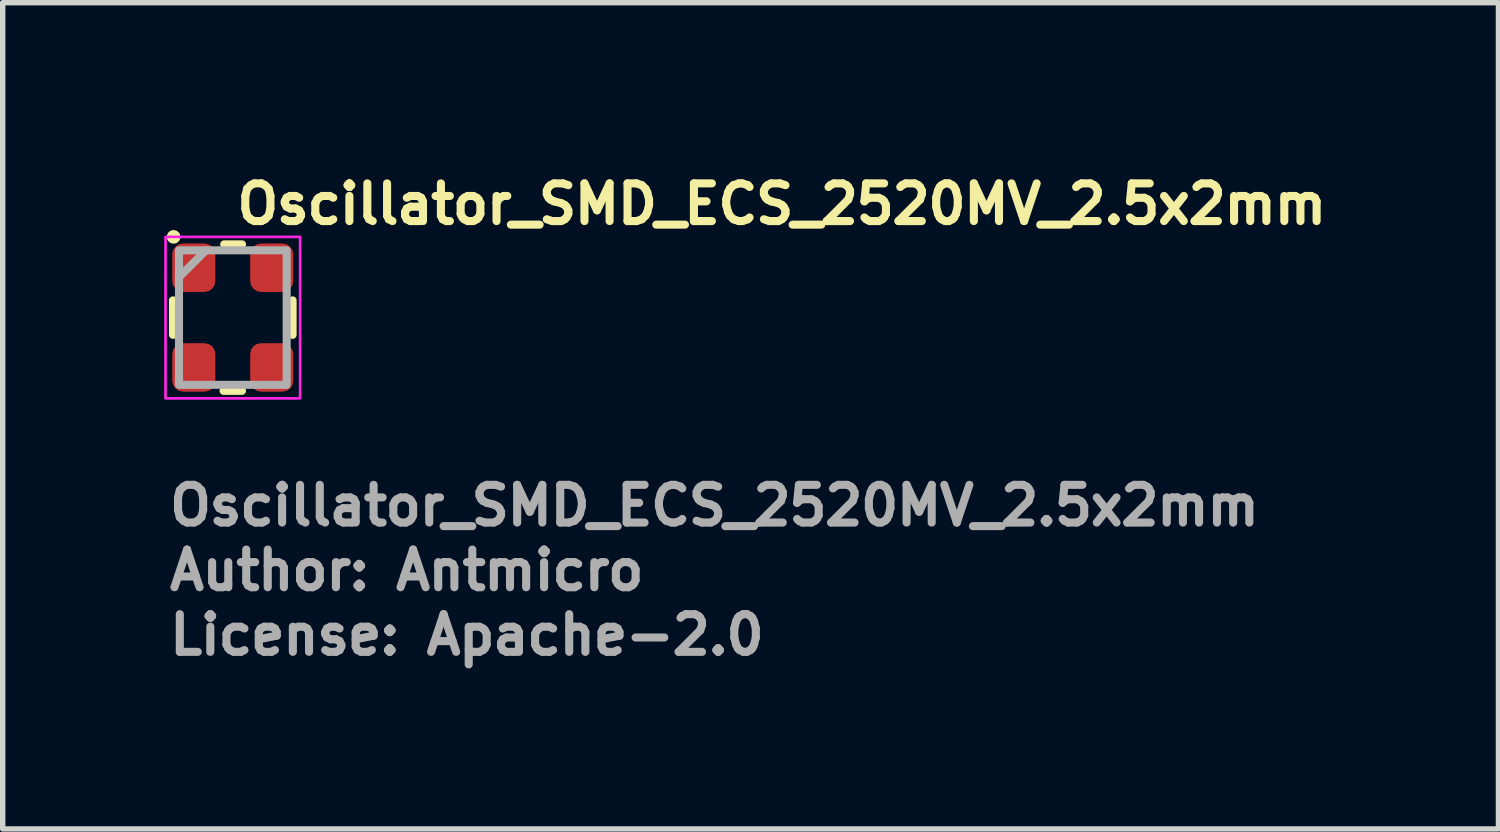
<source format=kicad_pcb>
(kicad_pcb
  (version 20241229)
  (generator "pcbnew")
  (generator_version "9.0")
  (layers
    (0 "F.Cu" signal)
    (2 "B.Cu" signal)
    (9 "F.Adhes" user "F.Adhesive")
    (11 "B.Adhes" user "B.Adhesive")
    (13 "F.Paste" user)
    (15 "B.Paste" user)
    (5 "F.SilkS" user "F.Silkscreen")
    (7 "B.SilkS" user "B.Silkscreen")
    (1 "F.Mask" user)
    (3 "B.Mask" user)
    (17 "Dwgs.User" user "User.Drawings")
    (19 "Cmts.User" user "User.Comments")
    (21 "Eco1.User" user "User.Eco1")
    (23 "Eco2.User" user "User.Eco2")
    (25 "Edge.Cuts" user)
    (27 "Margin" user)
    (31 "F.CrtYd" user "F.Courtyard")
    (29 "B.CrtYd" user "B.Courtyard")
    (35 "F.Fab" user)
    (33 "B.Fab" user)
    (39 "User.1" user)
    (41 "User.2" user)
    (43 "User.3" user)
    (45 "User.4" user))
  (footprint "Oscillator_SMD_ECS_2520MV_2.5x2mm"
    (layer "F.Cu")
    (at 1.275 2.85)
    (property "Reference" "Oscillator_SMD_ECS_2520MV_2.5x2mm" (at 0 -1.7 0) (layer "F.SilkS") (effects (font (size 0.7 0.7) (thickness 0.15)) (justify left bottom)))
    (attr smd)
    (fp_line (start -1.111 0.32) (end -1.111 -0.32) (stroke (width 0.15) (type solid)) (layer "F.SilkS"))
    (fp_line (start -0.172 1.36) (end 0.17 1.36) (stroke (width 0.15) (type solid)) (layer "F.SilkS"))
    (fp_line (start -0.16 -1.361) (end 0.17 -1.361) (stroke (width 0.15) (type solid)) (layer "F.SilkS"))
    (fp_line (start 1.11 0.32) (end 1.11 -0.32) (stroke (width 0.15) (type solid)) (layer "F.SilkS"))
    (fp_circle (center -1.1 -1.5) (end -1.049 -1.5) (stroke (width 0.15) (type solid)) (fill yes) (layer "F.SilkS"))
    (fp_rect (start -1.25 -1.5) (end 1.25 1.5) (stroke (width 0.05) (type solid)) (fill no) (layer "F.CrtYd"))
    (fp_line (start -1 -0.75) (end -0.5 -1.25) (stroke (width 0.15) (type solid)) (layer "F.Fab"))
    (fp_rect (start 1 1.249) (end -1 -1.25) (stroke (width 0.15) (type solid)) (fill no) (layer "F.Fab"))
    (fp_rect (start -1 -1.25) (end 0.998 1.249) (stroke (width 0.1) (type solid)) (fill no) (layer "User.5"))
    (fp_line (start -1 -1.151) (end -1 -0.202) (stroke (width 0.02) (type solid)) (layer "User.9"))
    (fp_line (start -1 -1.151) (end -0.996 -1.151) (stroke (width 0.02) (type solid)) (layer "User.9"))
    (fp_line (start -1 0.2) (end -1 1.148) (stroke (width 0.02) (type solid)) (layer "User.9"))
    (fp_line (start -1 0.2) (end -0.951 0.2) (stroke (width 0.02) (type solid)) (layer "User.9"))
    (fp_line (start -0.996 -1.151) (end -0.991 -1.151) (stroke (width 0.02) (type solid)) (layer "User.9"))
    (fp_line (start -0.996 1.15) (end -1 1.148) (stroke (width 0.02) (type solid)) (layer "User.9"))
    (fp_line (start -0.991 -1.151) (end -0.986 -1.153) (stroke (width 0.02) (type solid)) (layer "User.9"))
    (fp_line (start -0.991 1.15) (end -0.996 1.15) (stroke (width 0.02) (type solid)) (layer "User.9"))
    (fp_line (start -0.986 -1.153) (end -0.981 -1.153) (stroke (width 0.02) (type solid)) (layer "User.9"))
    (fp_line (start -0.986 1.15) (end -0.991 1.15) (stroke (width 0.02) (type solid)) (layer "User.9"))
    (fp_line (start -0.981 -1.153) (end -0.976 -1.154) (stroke (width 0.02) (type solid)) (layer "User.9"))
    (fp_line (start -0.981 1.15) (end -0.986 1.15) (stroke (width 0.02) (type solid)) (layer "User.9"))
    (fp_line (start -0.976 -1.154) (end -0.971 -1.156) (stroke (width 0.02) (type solid)) (layer "User.9"))
    (fp_line (start -0.976 1.153) (end -0.981 1.15) (stroke (width 0.02) (type solid)) (layer "User.9"))
    (fp_line (start -0.971 -1.156) (end -0.967 -1.156) (stroke (width 0.02) (type solid)) (layer "User.9"))
    (fp_line (start -0.971 1.153) (end -0.976 1.153) (stroke (width 0.02) (type solid)) (layer "User.9"))
    (fp_line (start -0.967 -1.156) (end -0.962 -1.158) (stroke (width 0.02) (type solid)) (layer "User.9"))
    (fp_line (start -0.967 1.155) (end -0.971 1.153) (stroke (width 0.02) (type solid)) (layer "User.9"))
    (fp_line (start -0.962 -1.158) (end -0.959 -1.16) (stroke (width 0.02) (type solid)) (layer "User.9"))
    (fp_line (start -0.962 1.157) (end -0.967 1.155) (stroke (width 0.02) (type solid)) (layer "User.9"))
    (fp_line (start -0.959 -1.16) (end -0.954 -1.162) (stroke (width 0.02) (type solid)) (layer "User.9"))
    (fp_line (start -0.959 1.159) (end -0.962 1.157) (stroke (width 0.02) (type solid)) (layer "User.9"))
    (fp_line (start -0.954 -1.162) (end -0.95 -1.166) (stroke (width 0.02) (type solid)) (layer "User.9"))
    (fp_line (start -0.954 1.161) (end -0.959 1.159) (stroke (width 0.02) (type solid)) (layer "User.9"))
    (fp_line (start -0.951 -1.065) (end -0.95 -1.073) (stroke (width 0.02) (type solid)) (layer "User.9"))
    (fp_line (start -0.951 -1.059) (end -0.951 -1.065) (stroke (width 0.02) (type solid)) (layer "User.9"))
    (fp_line (start -0.951 -1.051) (end -0.951 -1.059) (stroke (width 0.02) (type solid)) (layer "User.9"))
    (fp_line (start -0.951 -0.202) (end -1 -0.202) (stroke (width 0.02) (type solid)) (layer "User.9"))
    (fp_line (start -0.951 1.05) (end -0.951 -1.051) (stroke (width 0.02) (type solid)) (layer "User.9"))
    (fp_line (start -0.951 1.056) (end -0.951 1.05) (stroke (width 0.02) (type solid)) (layer "User.9"))
    (fp_line (start -0.951 1.064) (end -0.951 1.056) (stroke (width 0.02) (type solid)) (layer "User.9"))
    (fp_line (start -0.95 -1.166) (end -0.946 -1.168) (stroke (width 0.02) (type solid)) (layer "User.9"))
    (fp_line (start -0.95 -1.073) (end -0.949 -1.081) (stroke (width 0.02) (type solid)) (layer "User.9"))
    (fp_line (start -0.95 1.072) (end -0.951 1.064) (stroke (width 0.02) (type solid)) (layer "User.9"))
    (fp_line (start -0.95 1.163) (end -0.954 1.161) (stroke (width 0.02) (type solid)) (layer "User.9"))
    (fp_line (start -0.949 -1.081) (end -0.947 -1.087) (stroke (width 0.02) (type solid)) (layer "User.9"))
    (fp_line (start -0.949 1.078) (end -0.95 1.072) (stroke (width 0.02) (type solid)) (layer "User.9"))
    (fp_line (start -0.947 -1.087) (end -0.945 -1.095) (stroke (width 0.02) (type solid)) (layer "User.9"))
    (fp_line (start -0.947 1.086) (end -0.949 1.078) (stroke (width 0.02) (type solid)) (layer "User.9"))
    (fp_line (start -0.946 -1.168) (end -0.942 -1.17) (stroke (width 0.02) (type solid)) (layer "User.9"))
    (fp_line (start -0.946 1.165) (end -0.95 1.163) (stroke (width 0.02) (type solid)) (layer "User.9"))
    (fp_line (start -0.945 -1.095) (end -0.943 -1.101) (stroke (width 0.02) (type solid)) (layer "User.9"))
    (fp_line (start -0.945 1.092) (end -0.947 1.086) (stroke (width 0.02) (type solid)) (layer "User.9"))
    (fp_line (start -0.943 -1.101) (end -0.94 -1.109) (stroke (width 0.02) (type solid)) (layer "User.9"))
    (fp_line (start -0.943 1.1) (end -0.945 1.092) (stroke (width 0.02) (type solid)) (layer "User.9"))
    (fp_line (start -0.942 -1.17) (end -0.938 -1.174) (stroke (width 0.02) (type solid)) (layer "User.9"))
    (fp_line (start -0.942 1.169) (end -0.946 1.165) (stroke (width 0.02) (type solid)) (layer "User.9"))
    (fp_line (start -0.94 -1.109) (end -0.937 -1.115) (stroke (width 0.02) (type solid)) (layer "User.9"))
    (fp_line (start -0.94 1.106) (end -0.943 1.1) (stroke (width 0.02) (type solid)) (layer "User.9"))
    (fp_line (start -0.938 -1.174) (end -0.934 -1.176) (stroke (width 0.02) (type solid)) (layer "User.9"))
    (fp_line (start -0.938 1.171) (end -0.942 1.169) (stroke (width 0.02) (type solid)) (layer "User.9"))
    (fp_line (start -0.937 -1.115) (end -0.934 -1.121) (stroke (width 0.02) (type solid)) (layer "User.9"))
    (fp_line (start -0.937 1.114) (end -0.94 1.106) (stroke (width 0.02) (type solid)) (layer "User.9"))
    (fp_line (start -0.934 -1.176) (end -0.931 -1.18) (stroke (width 0.02) (type solid)) (layer "User.9"))
    (fp_line (start -0.934 -1.121) (end -0.93 -1.129) (stroke (width 0.02) (type solid)) (layer "User.9"))
    (fp_line (start -0.934 1.12) (end -0.937 1.114) (stroke (width 0.02) (type solid)) (layer "User.9"))
    (fp_line (start -0.934 1.175) (end -0.938 1.171) (stroke (width 0.02) (type solid)) (layer "User.9"))
    (fp_line (start -0.931 -1.18) (end -0.931 -1.18) (stroke (width 0.02) (type solid)) (layer "User.9"))
    (fp_line (start -0.931 -1.18) (end -0.927 -1.184) (stroke (width 0.02) (type solid)) (layer "User.9"))
    (fp_line (start -0.931 1.179) (end -0.934 1.175) (stroke (width 0.02) (type solid)) (layer "User.9"))
    (fp_line (start -0.931 1.179) (end -0.931 1.179) (stroke (width 0.02) (type solid)) (layer "User.9"))
    (fp_line (start -0.93 -1.129) (end -0.926 -1.135) (stroke (width 0.02) (type solid)) (layer "User.9"))
    (fp_line (start -0.93 1.126) (end -0.934 1.12) (stroke (width 0.02) (type solid)) (layer "User.9"))
    (fp_line (start -0.927 -1.184) (end -0.924 -1.188) (stroke (width 0.02) (type solid)) (layer "User.9"))
    (fp_line (start -0.927 1.181) (end -0.931 1.179) (stroke (width 0.02) (type solid)) (layer "User.9"))
    (fp_line (start -0.926 -1.135) (end -0.922 -1.141) (stroke (width 0.02) (type solid)) (layer "User.9"))
    (fp_line (start -0.926 1.132) (end -0.93 1.126) (stroke (width 0.02) (type solid)) (layer "User.9"))
    (fp_line (start -0.924 -1.188) (end -0.921 -1.192) (stroke (width 0.02) (type solid)) (layer "User.9"))
    (fp_line (start -0.924 1.185) (end -0.927 1.181) (stroke (width 0.02) (type solid)) (layer "User.9"))
    (fp_line (start -0.922 -1.141) (end -0.918 -1.147) (stroke (width 0.02) (type solid)) (layer "User.9"))
    (fp_line (start -0.922 1.138) (end -0.926 1.132) (stroke (width 0.02) (type solid)) (layer "User.9"))
    (fp_line (start -0.921 -1.192) (end -0.918 -1.196) (stroke (width 0.02) (type solid)) (layer "User.9"))
    (fp_line (start -0.921 1.189) (end -0.924 1.185) (stroke (width 0.02) (type solid)) (layer "User.9"))
    (fp_line (start -0.918 -1.196) (end -0.916 -1.2) (stroke (width 0.02) (type solid)) (layer "User.9"))
    (fp_line (start -0.918 -1.147) (end -0.913 -1.151) (stroke (width 0.02) (type solid)) (layer "User.9"))
    (fp_line (start -0.918 1.144) (end -0.922 1.138) (stroke (width 0.02) (type solid)) (layer "User.9"))
    (fp_line (start -0.918 1.193) (end -0.921 1.189) (stroke (width 0.02) (type solid)) (layer "User.9"))
    (fp_line (start -0.916 -1.2) (end -0.913 -1.204) (stroke (width 0.02) (type solid)) (layer "User.9"))
    (fp_line (start -0.916 1.197) (end -0.918 1.193) (stroke (width 0.02) (type solid)) (layer "User.9"))
    (fp_line (start -0.913 -1.204) (end -0.911 -1.208) (stroke (width 0.02) (type solid)) (layer "User.9"))
    (fp_line (start -0.913 -1.151) (end -0.908 -1.158) (stroke (width 0.02) (type solid)) (layer "User.9"))
    (fp_line (start -0.913 1.15) (end -0.918 1.144) (stroke (width 0.02) (type solid)) (layer "User.9"))
    (fp_line (start -0.913 1.201) (end -0.916 1.197) (stroke (width 0.02) (type solid)) (layer "User.9"))
    (fp_line (start -0.911 -1.208) (end -0.909 -1.212) (stroke (width 0.02) (type solid)) (layer "User.9"))
    (fp_line (start -0.911 1.207) (end -0.913 1.201) (stroke (width 0.02) (type solid)) (layer "User.9"))
    (fp_line (start -0.909 -1.212) (end -0.907 -1.218) (stroke (width 0.02) (type solid)) (layer "User.9"))
    (fp_line (start -0.909 1.211) (end -0.911 1.207) (stroke (width 0.02) (type solid)) (layer "User.9"))
    (fp_line (start -0.908 -1.158) (end -0.908 -1.158) (stroke (width 0.02) (type solid)) (layer "User.9"))
    (fp_line (start -0.908 -1.158) (end -0.902 -1.162) (stroke (width 0.02) (type solid)) (layer "User.9"))
    (fp_line (start -0.908 1.155) (end -0.913 1.15) (stroke (width 0.02) (type solid)) (layer "User.9"))
    (fp_line (start -0.908 1.155) (end -0.908 1.155) (stroke (width 0.02) (type solid)) (layer "User.9"))
    (fp_line (start -0.907 -1.218) (end -0.906 -1.222) (stroke (width 0.02) (type solid)) (layer "User.9"))
    (fp_line (start -0.907 1.215) (end -0.909 1.211) (stroke (width 0.02) (type solid)) (layer "User.9"))
    (fp_line (start -0.906 -1.222) (end -0.905 -1.226) (stroke (width 0.02) (type solid)) (layer "User.9"))
    (fp_line (start -0.906 1.219) (end -0.907 1.215) (stroke (width 0.02) (type solid)) (layer "User.9"))
    (fp_line (start -0.905 -1.226) (end -0.903 -1.232) (stroke (width 0.02) (type solid)) (layer "User.9"))
    (fp_line (start -0.905 1.225) (end -0.906 1.219) (stroke (width 0.02) (type solid)) (layer "User.9"))
    (fp_line (start -0.903 -1.236) (end -0.902 -1.242) (stroke (width 0.02) (type solid)) (layer "User.9"))
    (fp_line (start -0.903 -1.232) (end -0.903 -1.236) (stroke (width 0.02) (type solid)) (layer "User.9"))
    (fp_line (start -0.903 1.229) (end -0.905 1.225) (stroke (width 0.02) (type solid)) (layer "User.9"))
    (fp_line (start -0.903 1.235) (end -0.903 1.229) (stroke (width 0.02) (type solid)) (layer "User.9"))
    (fp_line (start -0.902 -1.246) (end -0.902 -1.25) (stroke (width 0.02) (type solid)) (layer "User.9"))
    (fp_line (start -0.902 -1.242) (end -0.902 -1.246) (stroke (width 0.02) (type solid)) (layer "User.9"))
    (fp_line (start -0.902 -1.162) (end -0.896 -1.168) (stroke (width 0.02) (type solid)) (layer "User.9"))
    (fp_line (start -0.902 -1.051) (end -0.902 1.05) (stroke (width 0.02) (type solid)) (layer "User.9"))
    (fp_line (start -0.902 1.05) (end -0.901 1.054) (stroke (width 0.02) (type solid)) (layer "User.9"))
    (fp_line (start -0.902 1.161) (end -0.908 1.155) (stroke (width 0.02) (type solid)) (layer "User.9"))
    (fp_line (start -0.902 1.239) (end -0.903 1.235) (stroke (width 0.02) (type solid)) (layer "User.9"))
    (fp_line (start -0.902 1.245) (end -0.902 1.239) (stroke (width 0.02) (type solid)) (layer "User.9"))
    (fp_line (start -0.902 1.249) (end -0.902 1.245) (stroke (width 0.02) (type solid)) (layer "User.9"))
    (fp_line (start -0.902 1.249) (end 0.9 1.249) (stroke (width 0.02) (type solid)) (layer "User.9"))
    (fp_line (start -0.901 -1.061) (end -0.901 -1.057) (stroke (width 0.02) (type solid)) (layer "User.9"))
    (fp_line (start -0.901 -1.057) (end -0.902 -1.051) (stroke (width 0.02) (type solid)) (layer "User.9"))
    (fp_line (start -0.901 1.054) (end -0.901 1.06) (stroke (width 0.02) (type solid)) (layer "User.9"))
    (fp_line (start -0.901 1.06) (end -0.9 1.064) (stroke (width 0.02) (type solid)) (layer "User.9"))
    (fp_line (start -0.9 -1.067) (end -0.901 -1.061) (stroke (width 0.02) (type solid)) (layer "User.9"))
    (fp_line (start -0.9 1.064) (end -0.899 1.07) (stroke (width 0.02) (type solid)) (layer "User.9"))
    (fp_line (start -0.899 -1.071) (end -0.9 -1.067) (stroke (width 0.02) (type solid)) (layer "User.9"))
    (fp_line (start -0.899 1.07) (end -0.898 1.074) (stroke (width 0.02) (type solid)) (layer "User.9"))
    (fp_line (start -0.898 -1.075) (end -0.899 -1.071) (stroke (width 0.02) (type solid)) (layer "User.9"))
    (fp_line (start -0.898 1.074) (end -0.896 1.078) (stroke (width 0.02) (type solid)) (layer "User.9"))
    (fp_line (start -0.896 -1.168) (end -0.89 -1.172) (stroke (width 0.02) (type solid)) (layer "User.9"))
    (fp_line (start -0.896 -1.081) (end -0.898 -1.075) (stroke (width 0.02) (type solid)) (layer "User.9"))
    (fp_line (start -0.896 1.078) (end -0.894 1.084) (stroke (width 0.02) (type solid)) (layer "User.9"))
    (fp_line (start -0.896 1.165) (end -0.902 1.161) (stroke (width 0.02) (type solid)) (layer "User.9"))
    (fp_line (start -0.894 -1.085) (end -0.896 -1.081) (stroke (width 0.02) (type solid)) (layer "User.9"))
    (fp_line (start -0.894 1.084) (end -0.893 1.088) (stroke (width 0.02) (type solid)) (layer "User.9"))
    (fp_line (start -0.893 -1.089) (end -0.894 -1.085) (stroke (width 0.02) (type solid)) (layer "User.9"))
    (fp_line (start -0.893 1.088) (end -0.891 1.092) (stroke (width 0.02) (type solid)) (layer "User.9"))
    (fp_line (start -0.891 -1.095) (end -0.893 -1.089) (stroke (width 0.02) (type solid)) (layer "User.9"))
    (fp_line (start -0.891 1.092) (end -0.888 1.096) (stroke (width 0.02) (type solid)) (layer "User.9"))
    (fp_line (start -0.89 -1.172) (end -0.884 -1.176) (stroke (width 0.02) (type solid)) (layer "User.9"))
    (fp_line (start -0.89 1.169) (end -0.896 1.165) (stroke (width 0.02) (type solid)) (layer "User.9"))
    (fp_line (start -0.888 -1.099) (end -0.891 -1.095) (stroke (width 0.02) (type solid)) (layer "User.9"))
    (fp_line (start -0.888 1.096) (end -0.886 1.1) (stroke (width 0.02) (type solid)) (layer "User.9"))
    (fp_line (start -0.886 -1.103) (end -0.888 -1.099) (stroke (width 0.02) (type solid)) (layer "User.9"))
    (fp_line (start -0.886 1.1) (end -0.883 1.104) (stroke (width 0.02) (type solid)) (layer "User.9"))
    (fp_line (start -0.884 -1.176) (end -0.878 -1.18) (stroke (width 0.02) (type solid)) (layer "User.9"))
    (fp_line (start -0.884 1.173) (end -0.89 1.169) (stroke (width 0.02) (type solid)) (layer "User.9"))
    (fp_line (start -0.883 -1.107) (end -0.886 -1.103) (stroke (width 0.02) (type solid)) (layer "User.9"))
    (fp_line (start -0.883 1.104) (end -0.881 1.108) (stroke (width 0.02) (type solid)) (layer "User.9"))
    (fp_line (start -0.881 -1.111) (end -0.883 -1.107) (stroke (width 0.02) (type solid)) (layer "User.9"))
    (fp_line (start -0.881 1.108) (end -0.878 1.112) (stroke (width 0.02) (type solid)) (layer "User.9"))
    (fp_line (start -0.878 -1.18) (end -0.871 -1.184) (stroke (width 0.02) (type solid)) (layer "User.9"))
    (fp_line (start -0.878 -1.115) (end -0.881 -1.111) (stroke (width 0.02) (type solid)) (layer "User.9"))
    (fp_line (start -0.878 1.112) (end -0.875 1.116) (stroke (width 0.02) (type solid)) (layer "User.9"))
    (fp_line (start -0.878 1.177) (end -0.884 1.173) (stroke (width 0.02) (type solid)) (layer "User.9"))
    (fp_line (start -0.875 -1.119) (end -0.878 -1.115) (stroke (width 0.02) (type solid)) (layer "User.9"))
    (fp_line (start -0.875 1.116) (end -0.871 1.12) (stroke (width 0.02) (type solid)) (layer "User.9"))
    (fp_line (start -0.871 -1.184) (end -0.865 -1.186) (stroke (width 0.02) (type solid)) (layer "User.9"))
    (fp_line (start -0.871 -1.121) (end -0.875 -1.119) (stroke (width 0.02) (type solid)) (layer "User.9"))
    (fp_line (start -0.871 1.12) (end -0.868 1.124) (stroke (width 0.02) (type solid)) (layer "User.9"))
    (fp_line (start -0.871 1.181) (end -0.878 1.177) (stroke (width 0.02) (type solid)) (layer "User.9"))
    (fp_line (start -0.868 -1.125) (end -0.871 -1.121) (stroke (width 0.02) (type solid)) (layer "User.9"))
    (fp_line (start -0.868 1.124) (end -0.864 1.126) (stroke (width 0.02) (type solid)) (layer "User.9"))
    (fp_line (start -0.865 -1.186) (end -0.858 -1.19) (stroke (width 0.02) (type solid)) (layer "User.9"))
    (fp_line (start -0.865 1.185) (end -0.871 1.181) (stroke (width 0.02) (type solid)) (layer "User.9"))
    (fp_line (start -0.864 -1.129) (end -0.868 -1.125) (stroke (width 0.02) (type solid)) (layer "User.9"))
    (fp_line (start -0.864 1.126) (end -0.86 1.13) (stroke (width 0.02) (type solid)) (layer "User.9"))
    (fp_line (start -0.86 -1.131) (end -0.864 -1.129) (stroke (width 0.02) (type solid)) (layer "User.9"))
    (fp_line (start -0.86 1.13) (end -0.856 1.132) (stroke (width 0.02) (type solid)) (layer "User.9"))
    (fp_line (start -0.858 -1.19) (end -0.851 -1.192) (stroke (width 0.02) (type solid)) (layer "User.9"))
    (fp_line (start -0.858 1.187) (end -0.865 1.185) (stroke (width 0.02) (type solid)) (layer "User.9"))
    (fp_line (start -0.856 -1.133) (end -0.86 -1.131) (stroke (width 0.02) (type solid)) (layer "User.9"))
    (fp_line (start -0.856 1.132) (end -0.852 1.134) (stroke (width 0.02) (type solid)) (layer "User.9"))
    (fp_line (start -0.852 -1.137) (end -0.856 -1.133) (stroke (width 0.02) (type solid)) (layer "User.9"))
    (fp_line (start -0.852 1.134) (end -0.848 1.136) (stroke (width 0.02) (type solid)) (layer "User.9"))
    (fp_line (start -0.851 -1.192) (end -0.844 -1.194) (stroke (width 0.02) (type solid)) (layer "User.9"))
    (fp_line (start -0.851 1.191) (end -0.858 1.187) (stroke (width 0.02) (type solid)) (layer "User.9"))
    (fp_line (start -0.848 -1.139) (end -0.852 -1.137) (stroke (width 0.02) (type solid)) (layer "User.9"))
    (fp_line (start -0.848 1.136) (end -0.844 1.14) (stroke (width 0.02) (type solid)) (layer "User.9"))
    (fp_line (start -0.844 -1.194) (end -0.837 -1.196) (stroke (width 0.02) (type solid)) (layer "User.9"))
    (fp_line (start -0.844 -1.141) (end -0.848 -1.139) (stroke (width 0.02) (type solid)) (layer "User.9"))
    (fp_line (start -0.844 1.14) (end -0.839 1.142) (stroke (width 0.02) (type solid)) (layer "User.9"))
    (fp_line (start -0.844 1.193) (end -0.851 1.191) (stroke (width 0.02) (type solid)) (layer "User.9"))
    (fp_line (start -0.839 -1.143) (end -0.844 -1.141) (stroke (width 0.02) (type solid)) (layer "User.9"))
    (fp_line (start -0.839 1.142) (end -0.835 1.142) (stroke (width 0.02) (type solid)) (layer "User.9"))
    (fp_line (start -0.837 -1.196) (end -0.831 -1.198) (stroke (width 0.02) (type solid)) (layer "User.9"))
    (fp_line (start -0.837 1.195) (end -0.844 1.193) (stroke (width 0.02) (type solid)) (layer "User.9"))
    (fp_line (start -0.835 -1.145) (end -0.839 -1.143) (stroke (width 0.02) (type solid)) (layer "User.9"))
    (fp_line (start -0.835 1.142) (end -0.831 1.144) (stroke (width 0.02) (type solid)) (layer "User.9"))
    (fp_line (start -0.831 -1.198) (end -0.824 -1.2) (stroke (width 0.02) (type solid)) (layer "User.9"))
    (fp_line (start -0.831 -1.147) (end -0.835 -1.145) (stroke (width 0.02) (type solid)) (layer "User.9"))
    (fp_line (start -0.831 1.144) (end -0.826 1.146) (stroke (width 0.02) (type solid)) (layer "User.9"))
    (fp_line (start -0.831 1.197) (end -0.837 1.195) (stroke (width 0.02) (type solid)) (layer "User.9"))
    (fp_line (start -0.826 -1.147) (end -0.831 -1.147) (stroke (width 0.02) (type solid)) (layer "User.9"))
    (fp_line (start -0.826 1.146) (end -0.822 1.146) (stroke (width 0.02) (type solid)) (layer "User.9"))
    (fp_line (start -0.824 -1.2) (end -0.816 -1.2) (stroke (width 0.02) (type solid)) (layer "User.9"))
    (fp_line (start -0.824 1.197) (end -0.831 1.197) (stroke (width 0.02) (type solid)) (layer "User.9"))
    (fp_line (start -0.822 -1.149) (end -0.826 -1.147) (stroke (width 0.02) (type solid)) (layer "User.9"))
    (fp_line (start -0.822 1.146) (end -0.817 1.148) (stroke (width 0.02) (type solid)) (layer "User.9"))
    (fp_line (start -0.817 -1.149) (end -0.822 -1.149) (stroke (width 0.02) (type solid)) (layer "User.9"))
    (fp_line (start -0.817 1.148) (end -0.812 1.148) (stroke (width 0.02) (type solid)) (layer "User.9"))
    (fp_line (start -0.816 -1.2) (end -0.809 -1.2) (stroke (width 0.02) (type solid)) (layer "User.9"))
    (fp_line (start -0.816 1.199) (end -0.824 1.197) (stroke (width 0.02) (type solid)) (layer "User.9"))
    (fp_line (start -0.812 -1.151) (end -0.817 -1.149) (stroke (width 0.02) (type solid)) (layer "User.9"))
    (fp_line (start -0.812 1.148) (end -0.807 1.148) (stroke (width 0.02) (type solid)) (layer "User.9"))
    (fp_line (start -0.809 -1.2) (end -0.802 -1.2) (stroke (width 0.02) (type solid)) (layer "User.9"))
    (fp_line (start -0.809 1.199) (end -0.816 1.199) (stroke (width 0.02) (type solid)) (layer "User.9"))
    (fp_line (start -0.807 -1.151) (end -0.812 -1.151) (stroke (width 0.02) (type solid)) (layer "User.9"))
    (fp_line (start -0.807 1.148) (end -0.802 1.148) (stroke (width 0.02) (type solid)) (layer "User.9"))
    (fp_line (start -0.802 -1.2) (end 0.8 -1.2) (stroke (width 0.02) (type solid)) (layer "User.9"))
    (fp_line (start -0.802 -1.151) (end -0.807 -1.151) (stroke (width 0.02) (type solid)) (layer "User.9"))
    (fp_line (start -0.802 1.148) (end 0.8 1.148) (stroke (width 0.02) (type solid)) (layer "User.9"))
    (fp_line (start -0.802 1.199) (end -0.809 1.199) (stroke (width 0.02) (type solid)) (layer "User.9"))
    (fp_line (start 0.8 -1.2) (end 0.807 -1.2) (stroke (width 0.02) (type solid)) (layer "User.9"))
    (fp_line (start 0.8 -1.151) (end -0.802 -1.151) (stroke (width 0.02) (type solid)) (layer "User.9"))
    (fp_line (start 0.8 1.148) (end 0.805 1.148) (stroke (width 0.02) (type solid)) (layer "User.9"))
    (fp_line (start 0.8 1.199) (end -0.802 1.199) (stroke (width 0.02) (type solid)) (layer "User.9"))
    (fp_line (start 0.805 -1.151) (end 0.8 -1.151) (stroke (width 0.02) (type solid)) (layer "User.9"))
    (fp_line (start 0.805 1.148) (end 0.81 1.148) (stroke (width 0.02) (type solid)) (layer "User.9"))
    (fp_line (start 0.807 -1.2) (end 0.814 -1.2) (stroke (width 0.02) (type solid)) (layer "User.9"))
    (fp_line (start 0.807 1.199) (end 0.8 1.199) (stroke (width 0.02) (type solid)) (layer "User.9"))
    (fp_line (start 0.81 -1.151) (end 0.805 -1.151) (stroke (width 0.02) (type solid)) (layer "User.9"))
    (fp_line (start 0.81 1.148) (end 0.815 1.148) (stroke (width 0.02) (type solid)) (layer "User.9"))
    (fp_line (start 0.814 -1.2) (end 0.822 -1.2) (stroke (width 0.02) (type solid)) (layer "User.9"))
    (fp_line (start 0.814 1.199) (end 0.807 1.199) (stroke (width 0.02) (type solid)) (layer "User.9"))
    (fp_line (start 0.815 -1.149) (end 0.81 -1.151) (stroke (width 0.02) (type solid)) (layer "User.9"))
    (fp_line (start 0.815 1.148) (end 0.82 1.146) (stroke (width 0.02) (type solid)) (layer "User.9"))
    (fp_line (start 0.82 -1.149) (end 0.815 -1.149) (stroke (width 0.02) (type solid)) (layer "User.9"))
    (fp_line (start 0.82 1.146) (end 0.824 1.146) (stroke (width 0.02) (type solid)) (layer "User.9"))
    (fp_line (start 0.822 -1.2) (end 0.829 -1.198) (stroke (width 0.02) (type solid)) (layer "User.9"))
    (fp_line (start 0.822 1.197) (end 0.814 1.199) (stroke (width 0.02) (type solid)) (layer "User.9"))
    (fp_line (start 0.824 -1.147) (end 0.82 -1.149) (stroke (width 0.02) (type solid)) (layer "User.9"))
    (fp_line (start 0.824 1.146) (end 0.829 1.144) (stroke (width 0.02) (type solid)) (layer "User.9"))
    (fp_line (start 0.829 -1.198) (end 0.835 -1.196) (stroke (width 0.02) (type solid)) (layer "User.9"))
    (fp_line (start 0.829 -1.147) (end 0.824 -1.147) (stroke (width 0.02) (type solid)) (layer "User.9"))
    (fp_line (start 0.829 1.144) (end 0.833 1.142) (stroke (width 0.02) (type solid)) (layer "User.9"))
    (fp_line (start 0.829 1.197) (end 0.822 1.197) (stroke (width 0.02) (type solid)) (layer "User.9"))
    (fp_line (start 0.833 -1.145) (end 0.829 -1.147) (stroke (width 0.02) (type solid)) (layer "User.9"))
    (fp_line (start 0.833 1.142) (end 0.837 1.142) (stroke (width 0.02) (type solid)) (layer "User.9"))
    (fp_line (start 0.835 -1.196) (end 0.842 -1.194) (stroke (width 0.02) (type solid)) (layer "User.9"))
    (fp_line (start 0.835 1.195) (end 0.829 1.197) (stroke (width 0.02) (type solid)) (layer "User.9"))
    (fp_line (start 0.837 -1.143) (end 0.833 -1.145) (stroke (width 0.02) (type solid)) (layer "User.9"))
    (fp_line (start 0.837 1.142) (end 0.842 1.14) (stroke (width 0.02) (type solid)) (layer "User.9"))
    (fp_line (start 0.842 -1.194) (end 0.849 -1.192) (stroke (width 0.02) (type solid)) (layer "User.9"))
    (fp_line (start 0.842 -1.141) (end 0.837 -1.143) (stroke (width 0.02) (type solid)) (layer "User.9"))
    (fp_line (start 0.842 1.14) (end 0.846 1.136) (stroke (width 0.02) (type solid)) (layer "User.9"))
    (fp_line (start 0.842 1.193) (end 0.835 1.195) (stroke (width 0.02) (type solid)) (layer "User.9"))
    (fp_line (start 0.846 -1.139) (end 0.842 -1.141) (stroke (width 0.02) (type solid)) (layer "User.9"))
    (fp_line (start 0.846 1.136) (end 0.85 1.134) (stroke (width 0.02) (type solid)) (layer "User.9"))
    (fp_line (start 0.849 -1.192) (end 0.856 -1.19) (stroke (width 0.02) (type solid)) (layer "User.9"))
    (fp_line (start 0.849 1.191) (end 0.842 1.193) (stroke (width 0.02) (type solid)) (layer "User.9"))
    (fp_line (start 0.85 -1.137) (end 0.846 -1.139) (stroke (width 0.02) (type solid)) (layer "User.9"))
    (fp_line (start 0.85 1.134) (end 0.854 1.132) (stroke (width 0.02) (type solid)) (layer "User.9"))
    (fp_line (start 0.854 -1.133) (end 0.85 -1.137) (stroke (width 0.02) (type solid)) (layer "User.9"))
    (fp_line (start 0.854 1.132) (end 0.858 1.13) (stroke (width 0.02) (type solid)) (layer "User.9"))
    (fp_line (start 0.856 -1.19) (end 0.863 -1.186) (stroke (width 0.02) (type solid)) (layer "User.9"))
    (fp_line (start 0.856 1.187) (end 0.849 1.191) (stroke (width 0.02) (type solid)) (layer "User.9"))
    (fp_line (start 0.858 -1.131) (end 0.854 -1.133) (stroke (width 0.02) (type solid)) (layer "User.9"))
    (fp_line (start 0.858 1.13) (end 0.862 1.126) (stroke (width 0.02) (type solid)) (layer "User.9"))
    (fp_line (start 0.862 -1.129) (end 0.858 -1.131) (stroke (width 0.02) (type solid)) (layer "User.9"))
    (fp_line (start 0.862 1.126) (end 0.866 1.124) (stroke (width 0.02) (type solid)) (layer "User.9"))
    (fp_line (start 0.863 -1.186) (end 0.869 -1.184) (stroke (width 0.02) (type solid)) (layer "User.9"))
    (fp_line (start 0.863 1.185) (end 0.856 1.187) (stroke (width 0.02) (type solid)) (layer "User.9"))
    (fp_line (start 0.866 -1.125) (end 0.862 -1.129) (stroke (width 0.02) (type solid)) (layer "User.9"))
    (fp_line (start 0.866 1.124) (end 0.869 1.12) (stroke (width 0.02) (type solid)) (layer "User.9"))
    (fp_line (start 0.869 -1.184) (end 0.876 -1.18) (stroke (width 0.02) (type solid)) (layer "User.9"))
    (fp_line (start 0.869 -1.121) (end 0.866 -1.125) (stroke (width 0.02) (type solid)) (layer "User.9"))
    (fp_line (start 0.869 1.12) (end 0.873 1.116) (stroke (width 0.02) (type solid)) (layer "User.9"))
    (fp_line (start 0.869 1.181) (end 0.863 1.185) (stroke (width 0.02) (type solid)) (layer "User.9"))
    (fp_line (start 0.873 -1.119) (end 0.869 -1.121) (stroke (width 0.02) (type solid)) (layer "User.9"))
    (fp_line (start 0.873 1.116) (end 0.876 1.112) (stroke (width 0.02) (type solid)) (layer "User.9"))
    (fp_line (start 0.876 -1.18) (end 0.882 -1.176) (stroke (width 0.02) (type solid)) (layer "User.9"))
    (fp_line (start 0.876 -1.115) (end 0.873 -1.119) (stroke (width 0.02) (type solid)) (layer "User.9"))
    (fp_line (start 0.876 1.112) (end 0.879 1.108) (stroke (width 0.02) (type solid)) (layer "User.9"))
    (fp_line (start 0.876 1.177) (end 0.869 1.181) (stroke (width 0.02) (type solid)) (layer "User.9"))
    (fp_line (start 0.879 -1.111) (end 0.876 -1.115) (stroke (width 0.02) (type solid)) (layer "User.9"))
    (fp_line (start 0.879 1.108) (end 0.881 1.104) (stroke (width 0.02) (type solid)) (layer "User.9"))
    (fp_line (start 0.881 -1.107) (end 0.879 -1.111) (stroke (width 0.02) (type solid)) (layer "User.9"))
    (fp_line (start 0.881 1.104) (end 0.884 1.1) (stroke (width 0.02) (type solid)) (layer "User.9"))
    (fp_line (start 0.882 -1.176) (end 0.888 -1.172) (stroke (width 0.02) (type solid)) (layer "User.9"))
    (fp_line (start 0.882 1.173) (end 0.876 1.177) (stroke (width 0.02) (type solid)) (layer "User.9"))
    (fp_line (start 0.884 -1.103) (end 0.881 -1.107) (stroke (width 0.02) (type solid)) (layer "User.9"))
    (fp_line (start 0.884 1.1) (end 0.886 1.096) (stroke (width 0.02) (type solid)) (layer "User.9"))
    (fp_line (start 0.886 -1.099) (end 0.884 -1.103) (stroke (width 0.02) (type solid)) (layer "User.9"))
    (fp_line (start 0.886 1.096) (end 0.889 1.092) (stroke (width 0.02) (type solid)) (layer "User.9"))
    (fp_line (start 0.888 -1.172) (end 0.894 -1.168) (stroke (width 0.02) (type solid)) (layer "User.9"))
    (fp_line (start 0.888 1.169) (end 0.882 1.173) (stroke (width 0.02) (type solid)) (layer "User.9"))
    (fp_line (start 0.889 -1.095) (end 0.886 -1.099) (stroke (width 0.02) (type solid)) (layer "User.9"))
    (fp_line (start 0.889 1.092) (end 0.891 1.088) (stroke (width 0.02) (type solid)) (layer "User.9"))
    (fp_line (start 0.891 -1.089) (end 0.889 -1.095) (stroke (width 0.02) (type solid)) (layer "User.9"))
    (fp_line (start 0.891 1.088) (end 0.892 1.084) (stroke (width 0.02) (type solid)) (layer "User.9"))
    (fp_line (start 0.892 -1.085) (end 0.891 -1.089) (stroke (width 0.02) (type solid)) (layer "User.9"))
    (fp_line (start 0.892 1.084) (end 0.894 1.078) (stroke (width 0.02) (type solid)) (layer "User.9"))
    (fp_line (start 0.894 -1.168) (end 0.9 -1.162) (stroke (width 0.02) (type solid)) (layer "User.9"))
    (fp_line (start 0.894 -1.081) (end 0.892 -1.085) (stroke (width 0.02) (type solid)) (layer "User.9"))
    (fp_line (start 0.894 1.078) (end 0.896 1.074) (stroke (width 0.02) (type solid)) (layer "User.9"))
    (fp_line (start 0.894 1.165) (end 0.888 1.169) (stroke (width 0.02) (type solid)) (layer "User.9"))
    (fp_line (start 0.896 -1.075) (end 0.894 -1.081) (stroke (width 0.02) (type solid)) (layer "User.9"))
    (fp_line (start 0.896 1.074) (end 0.897 1.07) (stroke (width 0.02) (type solid)) (layer "User.9"))
    (fp_line (start 0.897 -1.071) (end 0.896 -1.075) (stroke (width 0.02) (type solid)) (layer "User.9"))
    (fp_line (start 0.897 1.07) (end 0.898 1.064) (stroke (width 0.02) (type solid)) (layer "User.9"))
    (fp_line (start 0.898 -1.067) (end 0.897 -1.071) (stroke (width 0.02) (type solid)) (layer "User.9"))
    (fp_line (start 0.898 1.064) (end 0.899 1.06) (stroke (width 0.02) (type solid)) (layer "User.9"))
    (fp_line (start 0.899 -1.061) (end 0.898 -1.067) (stroke (width 0.02) (type solid)) (layer "User.9"))
    (fp_line (start 0.899 -1.057) (end 0.899 -1.061) (stroke (width 0.02) (type solid)) (layer "User.9"))
    (fp_line (start 0.899 1.054) (end 0.9 1.05) (stroke (width 0.02) (type solid)) (layer "User.9"))
    (fp_line (start 0.899 1.06) (end 0.899 1.054) (stroke (width 0.02) (type solid)) (layer "User.9"))
    (fp_line (start 0.9 -1.25) (end -0.902 -1.25) (stroke (width 0.02) (type solid)) (layer "User.9"))
    (fp_line (start 0.9 -1.25) (end 0.9 -1.246) (stroke (width 0.02) (type solid)) (layer "User.9"))
    (fp_line (start 0.9 -1.246) (end 0.9 -1.242) (stroke (width 0.02) (type solid)) (layer "User.9"))
    (fp_line (start 0.9 -1.242) (end 0.901 -1.236) (stroke (width 0.02) (type solid)) (layer "User.9"))
    (fp_line (start 0.9 -1.162) (end 0.906 -1.158) (stroke (width 0.02) (type solid)) (layer "User.9"))
    (fp_line (start 0.9 -1.051) (end 0.899 -1.057) (stroke (width 0.02) (type solid)) (layer "User.9"))
    (fp_line (start 0.9 1.05) (end 0.9 -1.051) (stroke (width 0.02) (type solid)) (layer "User.9"))
    (fp_line (start 0.9 1.161) (end 0.894 1.165) (stroke (width 0.02) (type solid)) (layer "User.9"))
    (fp_line (start 0.9 1.239) (end 0.9 1.245) (stroke (width 0.02) (type solid)) (layer "User.9"))
    (fp_line (start 0.9 1.245) (end 0.9 1.249) (stroke (width 0.02) (type solid)) (layer "User.9"))
    (fp_line (start 0.901 -1.236) (end 0.901 -1.232) (stroke (width 0.02) (type solid)) (layer "User.9"))
    (fp_line (start 0.901 -1.232) (end 0.903 -1.226) (stroke (width 0.02) (type solid)) (layer "User.9"))
    (fp_line (start 0.901 1.229) (end 0.901 1.235) (stroke (width 0.02) (type solid)) (layer "User.9"))
    (fp_line (start 0.901 1.235) (end 0.9 1.239) (stroke (width 0.02) (type solid)) (layer "User.9"))
    (fp_line (start 0.903 -1.226) (end 0.904 -1.222) (stroke (width 0.02) (type solid)) (layer "User.9"))
    (fp_line (start 0.903 1.225) (end 0.901 1.229) (stroke (width 0.02) (type solid)) (layer "User.9"))
    (fp_line (start 0.904 -1.222) (end 0.905 -1.218) (stroke (width 0.02) (type solid)) (layer "User.9"))
    (fp_line (start 0.904 1.219) (end 0.903 1.225) (stroke (width 0.02) (type solid)) (layer "User.9"))
    (fp_line (start 0.905 -1.218) (end 0.907 -1.212) (stroke (width 0.02) (type solid)) (layer "User.9"))
    (fp_line (start 0.905 1.215) (end 0.904 1.219) (stroke (width 0.02) (type solid)) (layer "User.9"))
    (fp_line (start 0.906 -1.158) (end 0.906 -1.158) (stroke (width 0.02) (type solid)) (layer "User.9"))
    (fp_line (start 0.906 -1.158) (end 0.911 -1.151) (stroke (width 0.02) (type solid)) (layer "User.9"))
    (fp_line (start 0.906 1.155) (end 0.9 1.161) (stroke (width 0.02) (type solid)) (layer "User.9"))
    (fp_line (start 0.906 1.155) (end 0.906 1.155) (stroke (width 0.02) (type solid)) (layer "User.9"))
    (fp_line (start 0.907 -1.212) (end 0.909 -1.208) (stroke (width 0.02) (type solid)) (layer "User.9"))
    (fp_line (start 0.907 1.211) (end 0.905 1.215) (stroke (width 0.02) (type solid)) (layer "User.9"))
    (fp_line (start 0.909 -1.208) (end 0.911 -1.204) (stroke (width 0.02) (type solid)) (layer "User.9"))
    (fp_line (start 0.909 1.207) (end 0.907 1.211) (stroke (width 0.02) (type solid)) (layer "User.9"))
    (fp_line (start 0.911 -1.204) (end 0.914 -1.2) (stroke (width 0.02) (type solid)) (layer "User.9"))
    (fp_line (start 0.911 -1.151) (end 0.916 -1.147) (stroke (width 0.02) (type solid)) (layer "User.9"))
    (fp_line (start 0.911 1.15) (end 0.906 1.155) (stroke (width 0.02) (type solid)) (layer "User.9"))
    (fp_line (start 0.911 1.201) (end 0.909 1.207) (stroke (width 0.02) (type solid)) (layer "User.9"))
    (fp_line (start 0.914 -1.2) (end 0.916 -1.196) (stroke (width 0.02) (type solid)) (layer "User.9"))
    (fp_line (start 0.914 1.197) (end 0.911 1.201) (stroke (width 0.02) (type solid)) (layer "User.9"))
    (fp_line (start 0.916 -1.196) (end 0.919 -1.192) (stroke (width 0.02) (type solid)) (layer "User.9"))
    (fp_line (start 0.916 -1.147) (end 0.92 -1.141) (stroke (width 0.02) (type solid)) (layer "User.9"))
    (fp_line (start 0.916 1.144) (end 0.911 1.15) (stroke (width 0.02) (type solid)) (layer "User.9"))
    (fp_line (start 0.916 1.193) (end 0.914 1.197) (stroke (width 0.02) (type solid)) (layer "User.9"))
    (fp_line (start 0.919 -1.192) (end 0.922 -1.188) (stroke (width 0.02) (type solid)) (layer "User.9"))
    (fp_line (start 0.919 1.189) (end 0.916 1.193) (stroke (width 0.02) (type solid)) (layer "User.9"))
    (fp_line (start 0.92 -1.141) (end 0.924 -1.135) (stroke (width 0.02) (type solid)) (layer "User.9"))
    (fp_line (start 0.92 1.138) (end 0.916 1.144) (stroke (width 0.02) (type solid)) (layer "User.9"))
    (fp_line (start 0.922 -1.188) (end 0.925 -1.184) (stroke (width 0.02) (type solid)) (layer "User.9"))
    (fp_line (start 0.922 1.185) (end 0.919 1.189) (stroke (width 0.02) (type solid)) (layer "User.9"))
    (fp_line (start 0.924 -1.135) (end 0.928 -1.129) (stroke (width 0.02) (type solid)) (layer "User.9"))
    (fp_line (start 0.924 1.132) (end 0.92 1.138) (stroke (width 0.02) (type solid)) (layer "User.9"))
    (fp_line (start 0.925 -1.184) (end 0.929 -1.18) (stroke (width 0.02) (type solid)) (layer "User.9"))
    (fp_line (start 0.925 1.181) (end 0.922 1.185) (stroke (width 0.02) (type solid)) (layer "User.9"))
    (fp_line (start 0.928 -1.129) (end 0.932 -1.121) (stroke (width 0.02) (type solid)) (layer "User.9"))
    (fp_line (start 0.928 1.126) (end 0.924 1.132) (stroke (width 0.02) (type solid)) (layer "User.9"))
    (fp_line (start 0.929 -1.18) (end 0.929 -1.18) (stroke (width 0.02) (type solid)) (layer "User.9"))
    (fp_line (start 0.929 -1.18) (end 0.932 -1.176) (stroke (width 0.02) (type solid)) (layer "User.9"))
    (fp_line (start 0.929 1.179) (end 0.925 1.181) (stroke (width 0.02) (type solid)) (layer "User.9"))
    (fp_line (start 0.929 1.179) (end 0.929 1.179) (stroke (width 0.02) (type solid)) (layer "User.9"))
    (fp_line (start 0.932 -1.176) (end 0.936 -1.174) (stroke (width 0.02) (type solid)) (layer "User.9"))
    (fp_line (start 0.932 -1.121) (end 0.935 -1.115) (stroke (width 0.02) (type solid)) (layer "User.9"))
    (fp_line (start 0.932 1.12) (end 0.928 1.126) (stroke (width 0.02) (type solid)) (layer "User.9"))
    (fp_line (start 0.932 1.175) (end 0.929 1.179) (stroke (width 0.02) (type solid)) (layer "User.9"))
    (fp_line (start 0.935 -1.115) (end 0.938 -1.109) (stroke (width 0.02) (type solid)) (layer "User.9"))
    (fp_line (start 0.935 1.114) (end 0.932 1.12) (stroke (width 0.02) (type solid)) (layer "User.9"))
    (fp_line (start 0.936 -1.174) (end 0.94 -1.17) (stroke (width 0.02) (type solid)) (layer "User.9"))
    (fp_line (start 0.936 1.171) (end 0.932 1.175) (stroke (width 0.02) (type solid)) (layer "User.9"))
    (fp_line (start 0.938 -1.109) (end 0.941 -1.101) (stroke (width 0.02) (type solid)) (layer "User.9"))
    (fp_line (start 0.938 1.106) (end 0.935 1.114) (stroke (width 0.02) (type solid)) (layer "User.9"))
    (fp_line (start 0.94 -1.17) (end 0.944 -1.168) (stroke (width 0.02) (type solid)) (layer "User.9"))
    (fp_line (start 0.94 1.169) (end 0.936 1.171) (stroke (width 0.02) (type solid)) (layer "User.9"))
    (fp_line (start 0.941 -1.101) (end 0.943 -1.095) (stroke (width 0.02) (type solid)) (layer "User.9"))
    (fp_line (start 0.941 1.1) (end 0.938 1.106) (stroke (width 0.02) (type solid)) (layer "User.9"))
    (fp_line (start 0.943 -1.095) (end 0.945 -1.087) (stroke (width 0.02) (type solid)) (layer "User.9"))
    (fp_line (start 0.943 1.092) (end 0.941 1.1) (stroke (width 0.02) (type solid)) (layer "User.9"))
    (fp_line (start 0.944 -1.168) (end 0.948 -1.166) (stroke (width 0.02) (type solid)) (layer "User.9"))
    (fp_line (start 0.944 1.165) (end 0.94 1.169) (stroke (width 0.02) (type solid)) (layer "User.9"))
    (fp_line (start 0.945 -1.087) (end 0.947 -1.081) (stroke (width 0.02) (type solid)) (layer "User.9"))
    (fp_line (start 0.945 1.086) (end 0.943 1.092) (stroke (width 0.02) (type solid)) (layer "User.9"))
    (fp_line (start 0.947 -1.081) (end 0.948 -1.073) (stroke (width 0.02) (type solid)) (layer "User.9"))
    (fp_line (start 0.947 1.078) (end 0.945 1.086) (stroke (width 0.02) (type solid)) (layer "User.9"))
    (fp_line (start 0.948 -1.166) (end 0.952 -1.162) (stroke (width 0.02) (type solid)) (layer "User.9"))
    (fp_line (start 0.948 -1.073) (end 0.949 -1.065) (stroke (width 0.02) (type solid)) (layer "User.9"))
    (fp_line (start 0.948 1.072) (end 0.947 1.078) (stroke (width 0.02) (type solid)) (layer "User.9"))
    (fp_line (start 0.948 1.163) (end 0.944 1.165) (stroke (width 0.02) (type solid)) (layer "User.9"))
    (fp_line (start 0.949 -1.065) (end 0.949 -1.059) (stroke (width 0.02) (type solid)) (layer "User.9"))
    (fp_line (start 0.949 -1.059) (end 0.949 -1.051) (stroke (width 0.02) (type solid)) (layer "User.9"))
    (fp_line (start 0.949 -1.051) (end 0.949 1.05) (stroke (width 0.02) (type solid)) (layer "User.9"))
    (fp_line (start 0.949 0.2) (end 0.998 0.2) (stroke (width 0.02) (type solid)) (layer "User.9"))
    (fp_line (start 0.949 1.05) (end 0.949 1.056) (stroke (width 0.02) (type solid)) (layer "User.9"))
    (fp_line (start 0.949 1.056) (end 0.949 1.064) (stroke (width 0.02) (type solid)) (layer "User.9"))
    (fp_line (start 0.949 1.064) (end 0.948 1.072) (stroke (width 0.02) (type solid)) (layer "User.9"))
    (fp_line (start 0.952 -1.162) (end 0.957 -1.16) (stroke (width 0.02) (type solid)) (layer "User.9"))
    (fp_line (start 0.952 1.161) (end 0.948 1.163) (stroke (width 0.02) (type solid)) (layer "User.9"))
    (fp_line (start 0.957 -1.16) (end 0.96 -1.158) (stroke (width 0.02) (type solid)) (layer "User.9"))
    (fp_line (start 0.957 1.159) (end 0.952 1.161) (stroke (width 0.02) (type solid)) (layer "User.9"))
    (fp_line (start 0.96 -1.158) (end 0.965 -1.156) (stroke (width 0.02) (type solid)) (layer "User.9"))
    (fp_line (start 0.96 1.157) (end 0.957 1.159) (stroke (width 0.02) (type solid)) (layer "User.9"))
    (fp_line (start 0.965 -1.156) (end 0.969 -1.156) (stroke (width 0.02) (type solid)) (layer "User.9"))
    (fp_line (start 0.965 1.155) (end 0.96 1.157) (stroke (width 0.02) (type solid)) (layer "User.9"))
    (fp_line (start 0.969 -1.156) (end 0.974 -1.154) (stroke (width 0.02) (type solid)) (layer "User.9"))
    (fp_line (start 0.969 1.153) (end 0.965 1.155) (stroke (width 0.02) (type solid)) (layer "User.9"))
    (fp_line (start 0.974 -1.154) (end 0.979 -1.153) (stroke (width 0.02) (type solid)) (layer "User.9"))
    (fp_line (start 0.974 1.153) (end 0.969 1.153) (stroke (width 0.02) (type solid)) (layer "User.9"))
    (fp_line (start 0.979 -1.153) (end 0.984 -1.153) (stroke (width 0.02) (type solid)) (layer "User.9"))
    (fp_line (start 0.979 1.15) (end 0.974 1.153) (stroke (width 0.02) (type solid)) (layer "User.9"))
    (fp_line (start 0.984 -1.153) (end 0.989 -1.151) (stroke (width 0.02) (type solid)) (layer "User.9"))
    (fp_line (start 0.984 1.15) (end 0.979 1.15) (stroke (width 0.02) (type solid)) (layer "User.9"))
    (fp_line (start 0.989 -1.151) (end 0.994 -1.151) (stroke (width 0.02) (type solid)) (layer "User.9"))
    (fp_line (start 0.989 1.15) (end 0.984 1.15) (stroke (width 0.02) (type solid)) (layer "User.9"))
    (fp_line (start 0.994 -1.151) (end 0.998 -1.151) (stroke (width 0.02) (type solid)) (layer "User.9"))
    (fp_line (start 0.994 1.15) (end 0.989 1.15) (stroke (width 0.02) (type solid)) (layer "User.9"))
    (fp_line (start 0.998 -0.202) (end 0.949 -0.202) (stroke (width 0.02) (type solid)) (layer "User.9"))
    (fp_line (start 0.998 -0.202) (end 0.998 -1.151) (stroke (width 0.02) (type solid)) (layer "User.9"))
    (fp_line (start 0.998 1.148) (end 0.994 1.15) (stroke (width 0.02) (type solid)) (layer "User.9"))
    (fp_line (start 0.998 1.148) (end 0.998 0.2) (stroke (width 0.02) (type solid)) (layer "User.9"))
    (fp_text user "Author: Antmicro" (at -1.25 5.102 0) (layer "F.Fab") (effects (font (size 0.7 0.7) (thickness 0.15)) (justify left bottom)))
    (fp_text user "${REFERENCE}" (at -1.25 3.9 0) (layer "F.Fab") (effects (font (size 0.7 0.7) (thickness 0.15)) (justify left bottom)))
    (fp_text user "License: Apache-2.0" (at -1.25 6.302 0) (layer "F.Fab") (effects (font (size 0.7 0.7) (thickness 0.15)) (justify left bottom)))
    (pad "1" smd roundrect (at -0.725 -0.927) (size 0.8 0.9) (layers "F.Cu" "F.Mask" "F.Paste") (roundrect_rratio 0.25))
    (pad "2" smd roundrect (at -0.725 0.925) (size 0.8 0.9) (layers "F.Cu" "F.Mask" "F.Paste") (roundrect_rratio 0.25))
    (pad "3" smd roundrect (at 0.723 0.925) (size 0.8 0.9) (layers "F.Cu" "F.Mask" "F.Paste") (roundrect_rratio 0.25))
    (pad "4" smd roundrect (at 0.723 -0.927) (size 0.8 0.9) (layers "F.Cu" "F.Mask" "F.Paste") (roundrect_rratio 0.25)))
  (gr_rect
    (start -3 -3)
    (end 24.785 12.348)
    (stroke (width 0.1) (type default))
    (fill no)
    (layer "Edge.Cuts")))
</source>
